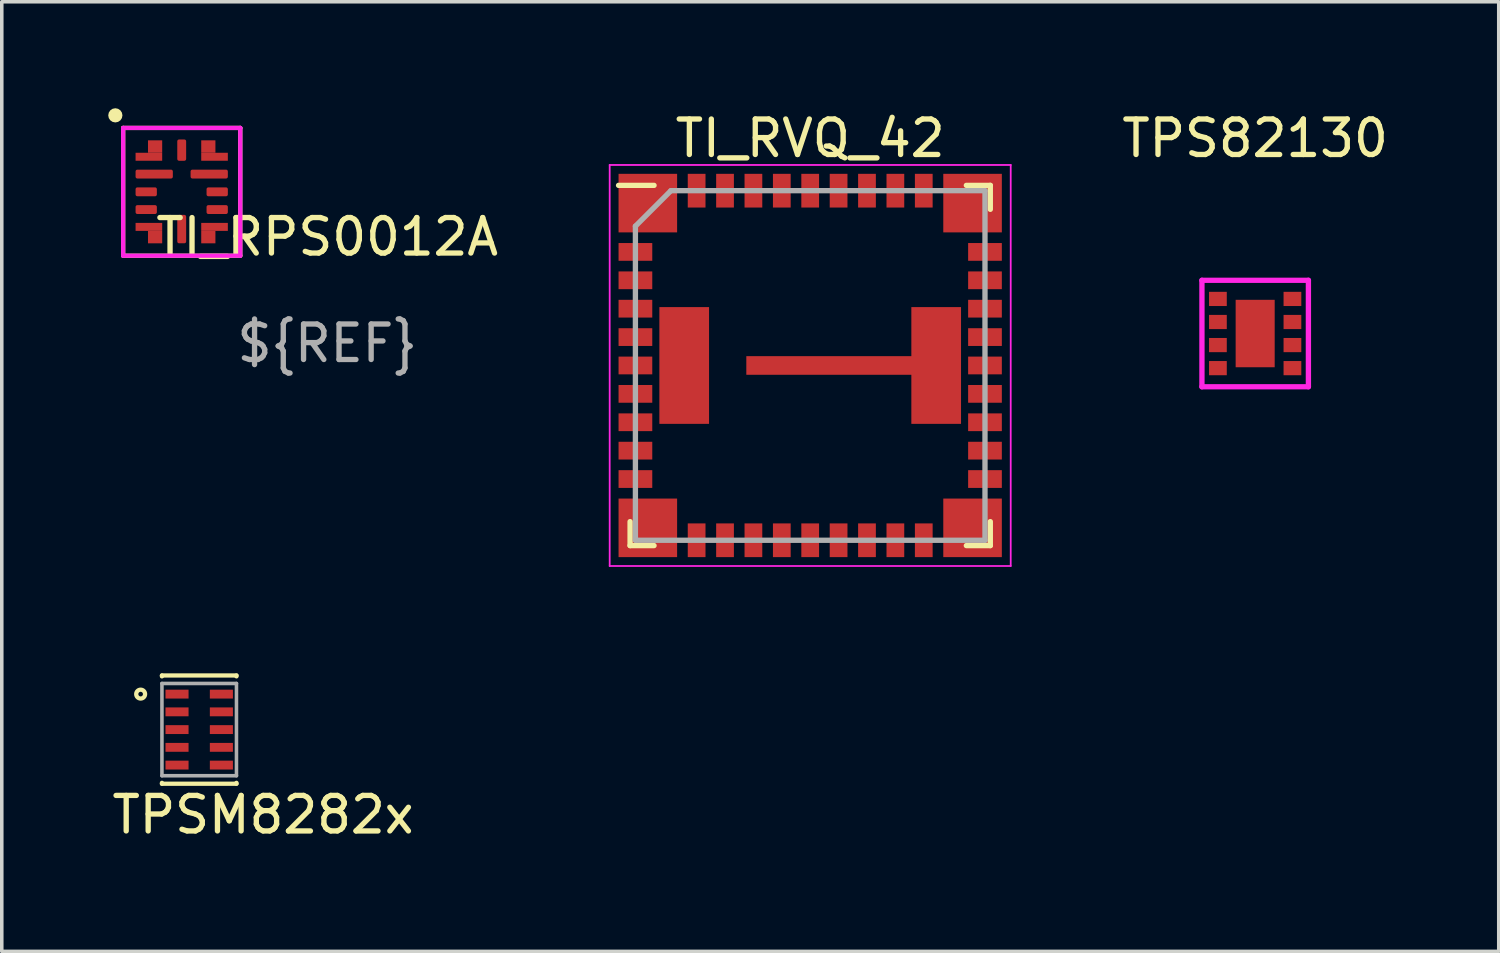
<source format=kicad_pcb>
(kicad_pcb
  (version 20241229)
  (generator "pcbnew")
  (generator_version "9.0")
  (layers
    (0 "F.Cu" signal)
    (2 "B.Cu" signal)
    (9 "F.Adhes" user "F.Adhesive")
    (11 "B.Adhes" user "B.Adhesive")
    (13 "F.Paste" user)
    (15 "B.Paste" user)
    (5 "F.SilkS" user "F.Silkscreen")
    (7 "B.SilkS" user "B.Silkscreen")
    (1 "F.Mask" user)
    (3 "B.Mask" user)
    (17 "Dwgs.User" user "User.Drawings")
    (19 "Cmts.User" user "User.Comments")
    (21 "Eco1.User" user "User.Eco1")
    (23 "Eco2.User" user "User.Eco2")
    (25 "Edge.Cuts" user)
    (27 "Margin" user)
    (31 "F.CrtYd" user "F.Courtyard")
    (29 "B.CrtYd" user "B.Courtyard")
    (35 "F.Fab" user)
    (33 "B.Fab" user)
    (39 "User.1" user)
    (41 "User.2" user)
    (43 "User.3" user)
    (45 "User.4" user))
  (footprint "TI_RPS0012A"
    (layer "F.Cu")
    (at 2.07 2.355)
    (property "Reference" "TI_RPS0012A" (at 4.1 1.27 0) (unlocked yes) (layer "F.SilkS") (effects (font (size 1 1) (thickness 0.15))))
    (attr through_hole)
    (fp_line (start -1.65 -1.8) (end -1.65 1.8) (stroke (width 0.12) (type solid)) (layer "F.SilkS"))
    (fp_line (start -1.65 -1.8) (end 1.65 -1.8) (stroke (width 0.12) (type solid)) (layer "F.SilkS"))
    (fp_line (start -1.65 1.8) (end 1.65 1.8) (stroke (width 0.12) (type solid)) (layer "F.SilkS"))
    (fp_line (start 1.65 -1.8) (end 1.65 1.8) (stroke (width 0.12) (type solid)) (layer "F.SilkS"))
    (fp_circle (center -1.87 -2.155) (end -1.77 -2.155) (stroke (width 0.2) (type solid)) (fill no) (layer "F.SilkS"))
    (fp_line (start -1.65 -1.8) (end -1.65 1.8) (stroke (width 0.12) (type solid)) (layer "F.CrtYd"))
    (fp_line (start -1.65 -1.8) (end 1.65 -1.8) (stroke (width 0.12) (type solid)) (layer "F.CrtYd"))
    (fp_line (start -1.65 1.8) (end 1.65 1.8) (stroke (width 0.12) (type solid)) (layer "F.CrtYd"))
    (fp_line (start 1.65 -1.8) (end 1.65 1.8) (stroke (width 0.12) (type solid)) (layer "F.CrtYd"))
    (fp_text user "${REF}" (at 4.1 4.27 0) (unlocked yes) (layer "F.Fab") (effects (font (size 1 1) (thickness 0.15))))
    (pad "1" smd custom (at -0.925 -0.988) (size 0.75 0.225) (layers "F.Cu" "F.Mask" "F.Paste") (options (anchor rect)) (primitives (gr_poly (pts (xy 0.375 -0.113) (xy 0.375 -0.463) (xy -0.025 -0.463) (xy -0.025 -0.113)) (width 0) (fill yes))))
    (pad "2" smd roundrect (at -0.775 -0.5) (size 1.05 0.25) (layers "F.Cu" "F.Mask" "F.Paste") (roundrect_rratio 0.2))
    (pad "3" smd roundrect (at -1 0) (size 0.6 0.25) (layers "F.Cu" "F.Mask" "F.Paste") (roundrect_rratio 0.2))
    (pad "4" smd roundrect (at -1 0.5) (size 0.6 0.25) (layers "F.Cu" "F.Mask" "F.Paste") (roundrect_rratio 0.2))
    (pad "5" smd custom (at -0.925 0.988) (size 0.75 0.225) (layers "F.Cu" "F.Mask" "F.Paste") (options (anchor rect)) (primitives (gr_poly (pts (xy 0.375 0.113) (xy 0.375 0.463) (xy -0.025 0.463) (xy -0.025 0.113)) (width 0) (fill yes))))
    (pad "6" smd roundrect (at 0 1.05) (size 0.25 0.8) (layers "F.Cu" "F.Mask" "F.Paste") (roundrect_rratio 0.2))
    (pad "7" smd custom (at 0.925 0.988) (size 0.75 0.225) (layers "F.Cu" "F.Mask" "F.Paste") (options (anchor rect)) (primitives (gr_poly (pts (xy -0.375 0.113) (xy -0.375 0.463) (xy 0.025 0.463) (xy 0.025 0.113)) (width 0) (fill yes))))
    (pad "8" smd roundrect (at 1 0.5) (size 0.6 0.25) (layers "F.Cu" "F.Mask" "F.Paste") (roundrect_rratio 0.2))
    (pad "9" smd roundrect (at 1 0) (size 0.6 0.25) (layers "F.Cu" "F.Mask" "F.Paste") (roundrect_rratio 0.2))
    (pad "10" smd roundrect (at 0.775 -0.5) (size 1.05 0.25) (layers "F.Cu" "F.Mask" "F.Paste") (roundrect_rratio 0.2))
    (pad "11" smd custom (at 0.925 -0.988) (size 0.75 0.225) (layers "F.Cu" "F.Mask" "F.Paste") (options (anchor rect)) (primitives (gr_poly (pts (xy -0.375 -0.113) (xy -0.375 -0.463) (xy 0.025 -0.463) (xy 0.025 -0.113)) (width 0) (fill yes))))
    (pad "12" smd roundrect (at 0 -1.175) (size 0.25 0.6) (layers "F.Cu" "F.Mask" "F.Paste") (roundrect_rratio 0.2)))
  (footprint "TPS82130"
    (layer "F.Cu")
    (at 32.317 6.348)
    (property "Reference" "TPS82130" (at 0 -5.5 0) (layer "F.SilkS") (effects (font (size 1 1) (thickness 0.15))))
    (attr through_hole)
    (fp_line (start -1.5 -1.5) (end 1.5 -1.5) (stroke (width 0.15) (type solid)) (layer "F.CrtYd"))
    (fp_line (start -1.5 1.5) (end -1.5 -1.5) (stroke (width 0.15) (type solid)) (layer "F.CrtYd"))
    (fp_line (start 1.5 -1.5) (end 1.5 1.5) (stroke (width 0.15) (type solid)) (layer "F.CrtYd"))
    (fp_line (start 1.5 1.5) (end -1.5 1.5) (stroke (width 0.15) (type solid)) (layer "F.CrtYd"))
    (pad "1" smd rect (at -1.05 -0.975) (size 0.5 0.4) (layers "F.Cu" "F.Mask" "F.Paste"))
    (pad "2" smd rect (at -1.05 -0.325) (size 0.5 0.4) (layers "F.Cu" "F.Mask" "F.Paste"))
    (pad "3" smd rect (at -1.05 0.325) (size 0.5 0.4) (layers "F.Cu" "F.Mask" "F.Paste"))
    (pad "4" smd rect (at -1.05 0.975) (size 0.5 0.4) (layers "F.Cu" "F.Mask" "F.Paste"))
    (pad "5" smd rect (at 1.05 0.975) (size 0.5 0.4) (layers "F.Cu" "F.Mask" "F.Paste"))
    (pad "6" smd rect (at 1.05 0.325) (size 0.5 0.4) (layers "F.Cu" "F.Mask" "F.Paste"))
    (pad "7" smd rect (at 1.05 -0.325) (size 0.5 0.4) (layers "F.Cu" "F.Mask" "F.Paste"))
    (pad "8" smd rect (at 1.05 -0.975) (size 0.5 0.4) (layers "F.Cu" "F.Mask" "F.Paste"))
    (pad "9" smd rect (at 0 0) (size 1.1 1.9) (layers "F.Cu" "F.Mask" "F.Paste")))
  (footprint "TPSM8282x"
    (layer "F.Cu")
    (at 2.563 17.508)
    (property "Reference" "TPSM8282x" (at 1.8 2.4 0) (layer "F.SilkS") (effects (font (size 1 1) (thickness 0.15))))
    (fp_line (start -1.05 -1.525) (end 1.05 -1.525) (stroke (width 0.12) (type solid)) (layer "F.SilkS"))
    (fp_line (start -1.05 -1.5) (end -1.05 -1.525) (stroke (width 0.12) (type solid)) (layer "F.SilkS"))
    (fp_line (start -1.05 1.525) (end -1.05 1.5) (stroke (width 0.12) (type solid)) (layer "F.SilkS"))
    (fp_line (start -1.05 1.525) (end 1.05 1.525) (stroke (width 0.12) (type solid)) (layer "F.SilkS"))
    (fp_line (start 1.05 -1.5) (end 1.05 -1.525) (stroke (width 0.12) (type solid)) (layer "F.SilkS"))
    (fp_line (start 1.05 1.525) (end 1.05 1.5) (stroke (width 0.12) (type solid)) (layer "F.SilkS"))
    (fp_circle (center -1.65 -1) (end -1.525 -1) (stroke (width 0.12) (type solid)) (fill no) (layer "F.SilkS"))
    (fp_line (start -1.05 -1.3) (end 1.05 -1.3) (stroke (width 0.1) (type solid)) (layer "F.Fab"))
    (fp_line (start -1.05 1.3) (end -1.05 -1.3) (stroke (width 0.1) (type solid)) (layer "F.Fab"))
    (fp_line (start -1.05 1.3) (end 1.05 1.3) (stroke (width 0.1) (type solid)) (layer "F.Fab"))
    (fp_line (start 1.05 1.3) (end 1.05 -1.3) (stroke (width 0.1) (type solid)) (layer "F.Fab"))
    (pad "1" smd rect (at -0.625 -1) (size 0.65 0.25) (layers "F.Cu" "F.Mask" "F.Paste"))
    (pad "2" smd rect (at -0.625 -0.5) (size 0.65 0.25) (layers "F.Cu" "F.Mask" "F.Paste"))
    (pad "3" smd rect (at -0.625 0) (size 0.65 0.25) (layers "F.Cu" "F.Mask" "F.Paste"))
    (pad "4" smd rect (at -0.625 0.5) (size 0.65 0.25) (layers "F.Cu" "F.Mask" "F.Paste"))
    (pad "5" smd rect (at -0.625 1) (size 0.65 0.25) (layers "F.Cu" "F.Mask" "F.Paste"))
    (pad "6" smd rect (at 0.625 1) (size 0.65 0.25) (layers "F.Cu" "F.Mask" "F.Paste"))
    (pad "7" smd rect (at 0.625 0.5) (size 0.65 0.25) (layers "F.Cu" "F.Mask" "F.Paste"))
    (pad "8" smd rect (at 0.625 0) (size 0.65 0.25) (layers "F.Cu" "F.Mask" "F.Paste"))
    (pad "9" smd rect (at 0.625 -0.5) (size 0.65 0.25) (layers "F.Cu" "F.Mask" "F.Paste"))
    (pad "10" smd rect (at 0.625 -1) (size 0.65 0.25) (layers "F.Cu" "F.Mask" "F.Paste")))
  (footprint "TI_RVQ_42"
    (layer "F.Cu")
    (at 19.779 7.248)
    (property "Reference" "TI_RVQ_42" (at 0 -6.4 0) (layer "F.SilkS") (effects (font (size 1 1) (thickness 0.15))))
    (attr smd)
    (fp_line (start -5.075 5.075) (end -5.075 4.4) (stroke (width 0.15) (type solid)) (layer "F.SilkS"))
    (fp_line (start -4.4 -5.075) (end -5.4 -5.075) (stroke (width 0.15) (type solid)) (layer "F.SilkS"))
    (fp_line (start -4.4 5.075) (end -5.075 5.075) (stroke (width 0.15) (type solid)) (layer "F.SilkS"))
    (fp_line (start 4.4 -5.075) (end 5.075 -5.075) (stroke (width 0.15) (type solid)) (layer "F.SilkS"))
    (fp_line (start 4.4 5.075) (end 5.075 5.075) (stroke (width 0.15) (type solid)) (layer "F.SilkS"))
    (fp_line (start 5.075 -5.075) (end 5.075 -4.4) (stroke (width 0.15) (type solid)) (layer "F.SilkS"))
    (fp_line (start 5.075 5.075) (end 5.075 4.4) (stroke (width 0.15) (type solid)) (layer "F.SilkS"))
    (fp_line (start -5.65 -5.65) (end 5.65 -5.65) (stroke (width 0.05) (type solid)) (layer "F.CrtYd"))
    (fp_line (start -5.65 5.65) (end -5.65 -5.65) (stroke (width 0.05) (type solid)) (layer "F.CrtYd"))
    (fp_line (start 5.65 -5.65) (end 5.65 5.65) (stroke (width 0.05) (type solid)) (layer "F.CrtYd"))
    (fp_line (start 5.65 5.65) (end -5.65 5.65) (stroke (width 0.05) (type solid)) (layer "F.CrtYd"))
    (fp_line (start -4.925 -3.925) (end -4.925 4.925) (stroke (width 0.15) (type solid)) (layer "F.Fab"))
    (fp_line (start -4.925 4.925) (end 4.925 4.925) (stroke (width 0.15) (type solid)) (layer "F.Fab"))
    (fp_line (start -3.925 -4.925) (end -4.925 -3.925) (stroke (width 0.15) (type solid)) (layer "F.Fab"))
    (fp_line (start 4.925 -4.925) (end -3.925 -4.925) (stroke (width 0.15) (type solid)) (layer "F.Fab"))
    (fp_line (start 4.925 4.925) (end 4.925 -4.925) (stroke (width 0.15) (type solid)) (layer "F.Fab"))
    (pad "1" smd rect (at -4.575 4.575) (size 1.65 1.65) (layers "F.Cu" "F.Mask" "F.Paste"))
    (pad "2" smd rect (at -3.2 4.925) (size 0.5 0.95) (layers "F.Cu" "F.Mask" "F.Paste"))
    (pad "3" smd rect (at -2.4 4.925) (size 0.5 0.95) (layers "F.Cu" "F.Mask" "F.Paste"))
    (pad "4" smd rect (at -1.6 4.925) (size 0.5 0.95) (layers "F.Cu" "F.Mask" "F.Paste"))
    (pad "5" smd rect (at -0.8 4.925) (size 0.5 0.95) (layers "F.Cu" "F.Mask" "F.Paste"))
    (pad "6" smd rect (at 0 4.925) (size 0.5 0.95) (layers "F.Cu" "F.Mask" "F.Paste"))
    (pad "7" smd rect (at 0.8 4.925) (size 0.5 0.95) (layers "F.Cu" "F.Mask" "F.Paste"))
    (pad "8" smd rect (at 1.6 4.925) (size 0.5 0.95) (layers "F.Cu" "F.Mask" "F.Paste"))
    (pad "9" smd rect (at 2.4 4.925) (size 0.5 0.95) (layers "F.Cu" "F.Mask" "F.Paste"))
    (pad "10" smd rect (at 3.2 4.925) (size 0.5 0.95) (layers "F.Cu" "F.Mask" "F.Paste"))
    (pad "11" smd rect (at 4.575 4.575) (size 1.65 1.65) (layers "F.Cu" "F.Mask" "F.Paste"))
    (pad "12" smd rect (at 4.925 3.2 90) (size 0.5 0.95) (layers "F.Cu" "F.Mask" "F.Paste"))
    (pad "13" smd rect (at 4.925 2.4 90) (size 0.5 0.95) (layers "F.Cu" "F.Mask" "F.Paste"))
    (pad "14" smd rect (at 4.925 1.6 90) (size 0.5 0.95) (layers "F.Cu" "F.Mask" "F.Paste"))
    (pad "15" smd rect (at 4.925 0.8 90) (size 0.5 0.95) (layers "F.Cu" "F.Mask" "F.Paste"))
    (pad "16" smd rect (at 4.925 0 90) (size 0.5 0.95) (layers "F.Cu" "F.Mask" "F.Paste"))
    (pad "17" smd rect (at 4.925 -0.8 90) (size 0.5 0.95) (layers "F.Cu" "F.Mask" "F.Paste"))
    (pad "18" smd rect (at 4.925 -1.6 90) (size 0.5 0.95) (layers "F.Cu" "F.Mask" "F.Paste"))
    (pad "19" smd rect (at 4.925 -2.4 90) (size 0.5 0.95) (layers "F.Cu" "F.Mask" "F.Paste"))
    (pad "20" smd rect (at 4.925 -3.2 90) (size 0.5 0.95) (layers "F.Cu" "F.Mask" "F.Paste"))
    (pad "21" smd rect (at 4.575 -4.575) (size 1.65 1.65) (layers "F.Cu" "F.Mask" "F.Paste"))
    (pad "22" smd rect (at 3.2 -4.925 180) (size 0.5 0.95) (layers "F.Cu" "F.Mask" "F.Paste"))
    (pad "23" smd rect (at 2.4 -4.925 180) (size 0.5 0.95) (layers "F.Cu" "F.Mask" "F.Paste"))
    (pad "24" smd rect (at 1.6 -4.925 180) (size 0.5 0.95) (layers "F.Cu" "F.Mask" "F.Paste"))
    (pad "25" smd rect (at 0.8 -4.925 180) (size 0.5 0.95) (layers "F.Cu" "F.Mask" "F.Paste"))
    (pad "26" smd rect (at 0 -4.925 180) (size 0.5 0.95) (layers "F.Cu" "F.Mask" "F.Paste"))
    (pad "27" smd rect (at -0.8 -4.925 180) (size 0.5 0.95) (layers "F.Cu" "F.Mask" "F.Paste"))
    (pad "28" smd rect (at -1.6 -4.925 180) (size 0.5 0.95) (layers "F.Cu" "F.Mask" "F.Paste"))
    (pad "29" smd rect (at -2.4 -4.925 180) (size 0.5 0.95) (layers "F.Cu" "F.Mask" "F.Paste"))
    (pad "30" smd rect (at -3.2 -4.925 180) (size 0.5 0.95) (layers "F.Cu" "F.Mask" "F.Paste"))
    (pad "31" smd rect (at -4.575 -4.575) (size 1.65 1.65) (layers "F.Cu" "F.Mask" "F.Paste"))
    (pad "32" smd rect (at -4.925 -3.2 270) (size 0.5 0.95) (layers "F.Cu" "F.Mask" "F.Paste"))
    (pad "33" smd rect (at -4.925 -2.4 270) (size 0.5 0.95) (layers "F.Cu" "F.Mask" "F.Paste"))
    (pad "34" smd rect (at -4.925 -1.6 270) (size 0.5 0.95) (layers "F.Cu" "F.Mask" "F.Paste"))
    (pad "35" smd rect (at -4.925 -0.8 270) (size 0.5 0.95) (layers "F.Cu" "F.Mask" "F.Paste"))
    (pad "36" smd rect (at -4.925 0 270) (size 0.5 0.95) (layers "F.Cu" "F.Mask" "F.Paste"))
    (pad "37" smd rect (at -4.925 0.8 270) (size 0.5 0.95) (layers "F.Cu" "F.Mask" "F.Paste"))
    (pad "38" smd rect (at -4.925 1.6 270) (size 0.5 0.95) (layers "F.Cu" "F.Mask" "F.Paste"))
    (pad "39" smd rect (at -4.925 2.4 270) (size 0.5 0.95) (layers "F.Cu" "F.Mask" "F.Paste"))
    (pad "40" smd rect (at -4.925 3.2 270) (size 0.5 0.95) (layers "F.Cu" "F.Mask" "F.Paste"))
    (pad "41" smd rect (at -3.55 0) (size 1.4 3.29) (layers "F.Cu" "F.Mask" "F.Paste"))
    (pad "42" smd rect (at 1.2 0 90) (size 0.525 6) (layers "F.Cu" "F.Mask" "F.Paste"))
    (pad "42" smd rect (at 3.55 0) (size 1.4 3.29) (layers "F.Cu" "F.Mask" "F.Paste")))
  (gr_rect
    (start -3 -3)
    (end 39.18 23.757)
    (stroke (width 0.1) (type default))
    (fill no)
    (layer "Edge.Cuts")))
</source>
